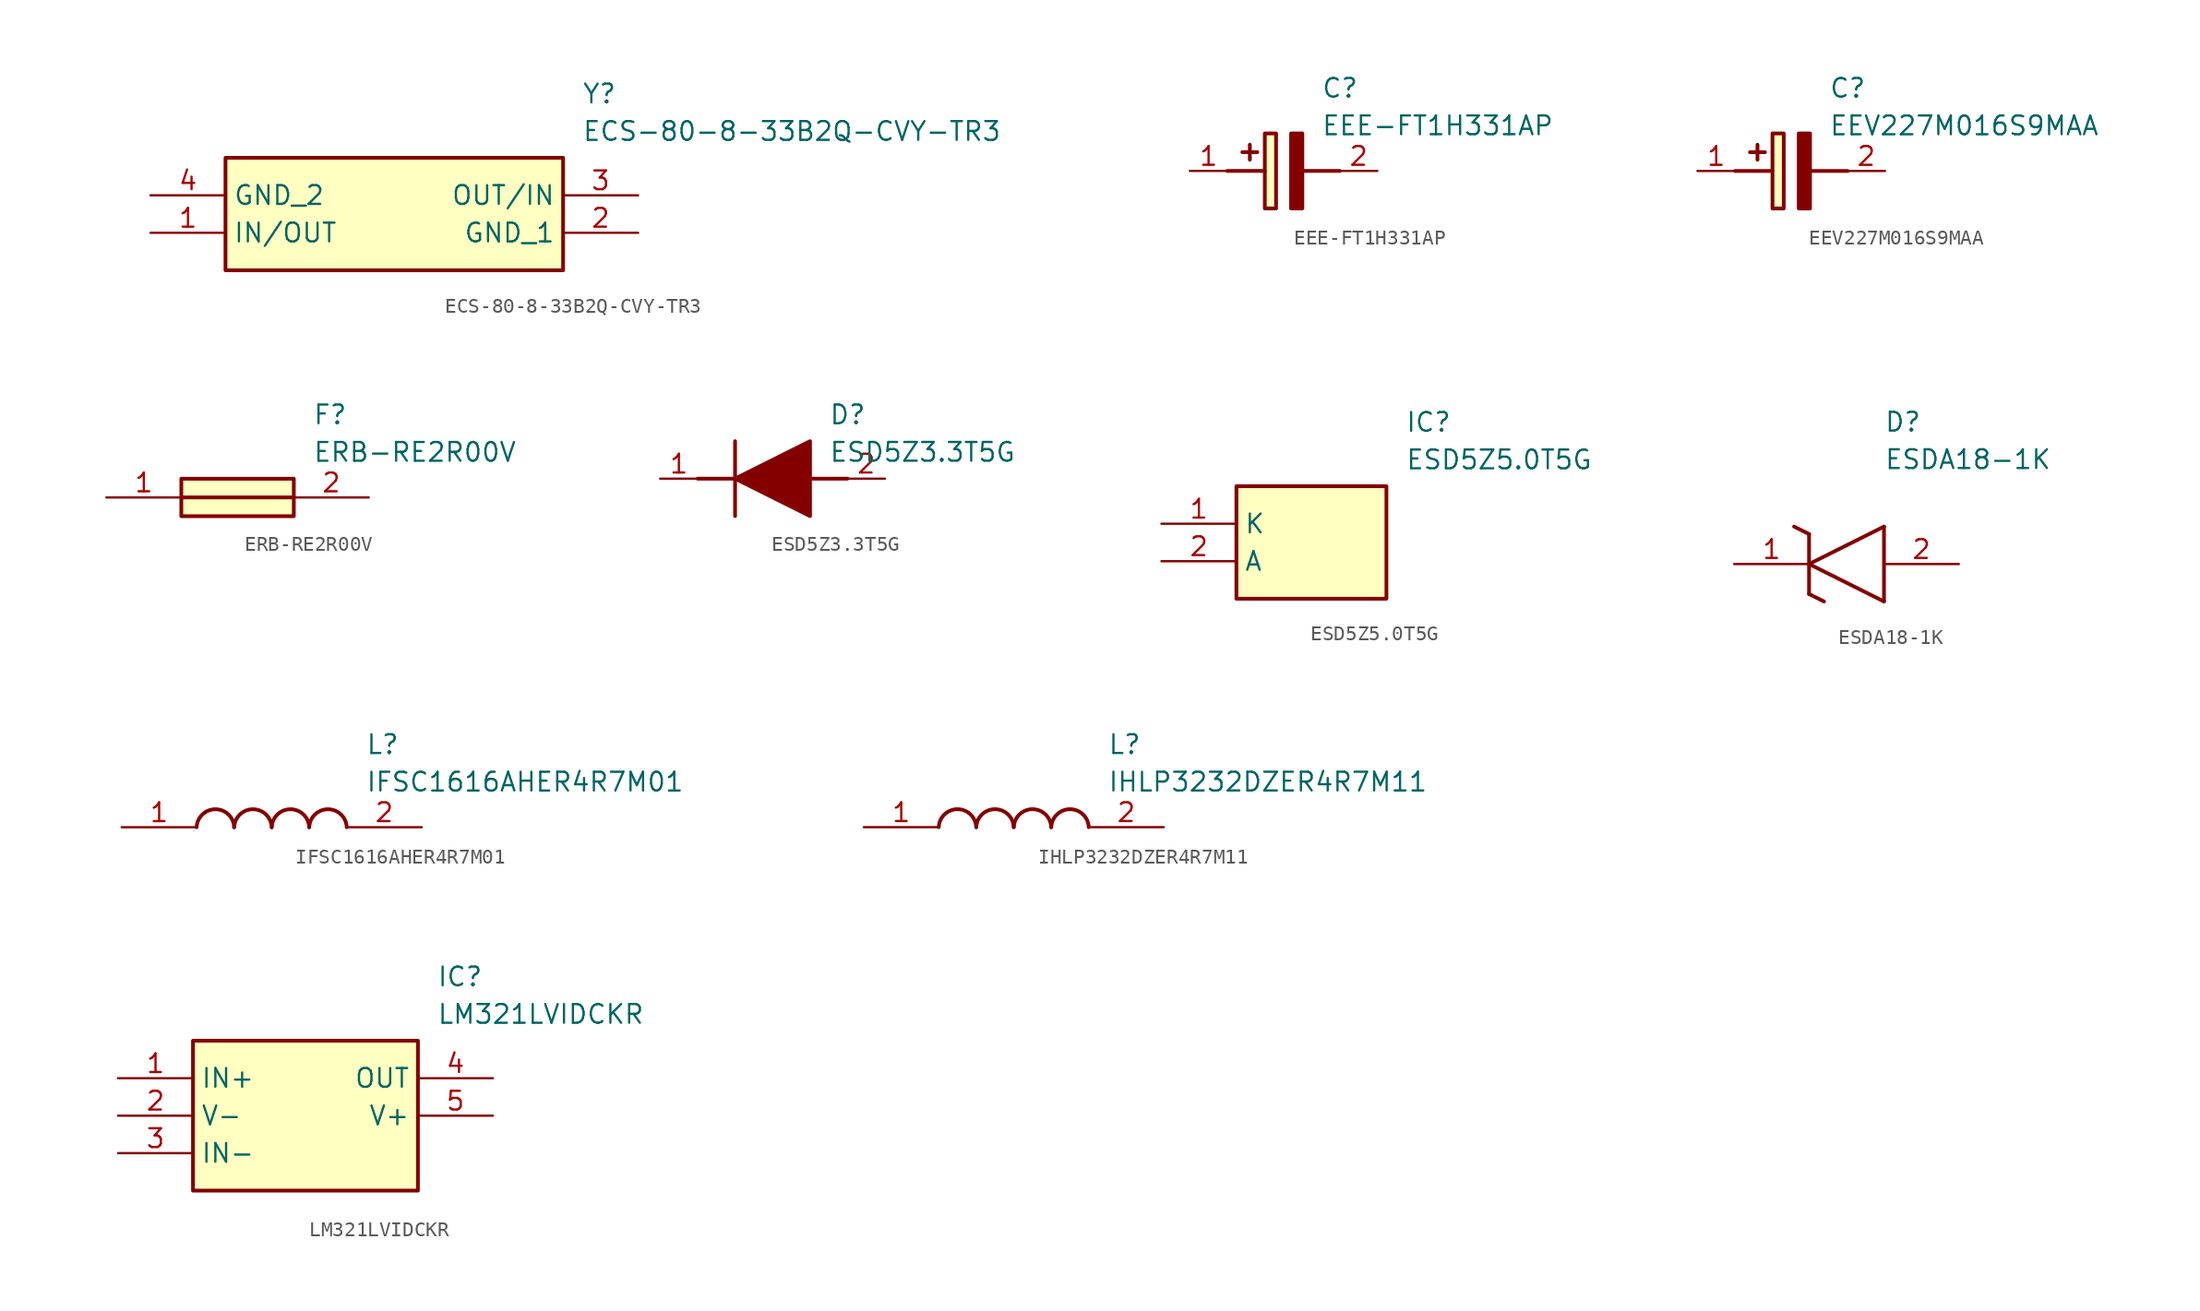
<source format=kicad_sym>
(kicad_symbol_lib
  (version 20231120)
  (generator "kicad_symbol_editor")
  (generator_version "8.0")
  (symbol "ECS-80-8-33B2Q-CVY-TR3"
    (property "Reference" "Y"
      (at 29.21 7.62 0)
      (effects (font (size 1.27 1.27)) (justify left top)))
    (property "Value" "ECS-80-8-33B2Q-CVY-TR3"
      (at 29.21 5.08 0)
      (effects (font (size 1.27 1.27)) (justify left top)))
    (rectangle
      (start 5.08 2.54)
      (end 27.94 -5.08)
      (stroke (width 0.254) (type default))
      (fill (type background)))
    (pin passive line
      (at 0 -2.54 0)
      (length 5.08)
      (name "IN/OUT" (effects (font (size 1.27 1.27))))
      (number "1" (effects (font (size 1.27 1.27)))))
    (pin passive line
      (at 33.02 -2.54 180)
      (length 5.08)
      (name "GND_1" (effects (font (size 1.27 1.27))))
      (number "2" (effects (font (size 1.27 1.27)))))
    (pin passive line
      (at 33.02 0 180)
      (length 5.08)
      (name "OUT/IN" (effects (font (size 1.27 1.27))))
      (number "3" (effects (font (size 1.27 1.27)))))
    (pin passive line
      (at 0 0 0)
      (length 5.08)
      (name "GND_2" (effects (font (size 1.27 1.27))))
      (number "4" (effects (font (size 1.27 1.27))))))
  (symbol "EEE-FT1H331AP"
    (pin_names hide)
    (property "Reference" "C"
      (at 8.89 6.35 0)
      (effects (font (size 1.27 1.27)) (justify left top)))
    (property "Value" "EEE-FT1H331AP"
      (at 8.89 3.81 0)
      (effects (font (size 1.27 1.27)) (justify left top)))
    (rectangle
      (start 5.08 2.54)
      (end 5.842 -2.54)
      (stroke (width 0.254) (type default))
      (fill (type background)))
    (polyline
      (pts (xy 4.572 1.27) (xy 3.556 1.27))
      (stroke (width 0.254) (type default))
      (fill (type none)))
    (polyline
      (pts (xy 4.064 1.778) (xy 4.064 0.762))
      (stroke (width 0.254) (type default))
      (fill (type none)))
    (polyline
      (pts (xy 2.54 0) (xy 5.08 0))
      (stroke (width 0.254) (type default))
      (fill (type none)))
    (polyline
      (pts (xy 7.62 0) (xy 10.16 0))
      (stroke (width 0.254) (type default))
      (fill (type none)))
    (polyline
      (pts (xy 7.62 2.54) (xy 7.62 -2.54) (xy 6.858 -2.54) (xy 6.858 2.54) (xy 7.62 2.54))
      (stroke (width 0.254) (type default))
      (fill (type outline)))
    (pin passive line
      (at 0 0 0)
      (length 2.54)
      (name "+" (effects (font (size 1.27 1.27))))
      (number "1" (effects (font (size 1.27 1.27)))))
    (pin passive line
      (at 12.7 0 180)
      (length 2.54)
      (name "-" (effects (font (size 1.27 1.27))))
      (number "2" (effects (font (size 1.27 1.27))))))
  (symbol "EEV227M016S9MAA"
    (pin_names hide)
    (property "Reference" "C"
      (at 8.89 6.35 0)
      (effects (font (size 1.27 1.27)) (justify left top)))
    (property "Value" "EEV227M016S9MAA"
      (at 8.89 3.81 0)
      (effects (font (size 1.27 1.27)) (justify left top)))
    (symbol "EEV227M016S9MAA_1_1"
      (polyline (pts (xy 2.54 0) (xy 5.08 0)) (stroke (width 0.254) (type default)) (fill (type none)))
      (polyline (pts (xy 4.064 1.778) (xy 4.064 0.762)) (stroke (width 0.254) (type default)) (fill (type none)))
      (polyline (pts (xy 4.572 1.27) (xy 3.556 1.27)) (stroke (width 0.254) (type default)) (fill (type none)))
      (polyline (pts (xy 7.62 0) (xy 10.16 0)) (stroke (width 0.254) (type default)) (fill (type none)))
      (polyline (pts (xy 7.62 2.54) (xy 7.62 -2.54) (xy 6.858 -2.54) (xy 6.858 2.54) (xy 7.62 2.54)) (stroke (width 0.254) (type default)) (fill (type outline)))
      (rectangle (start 5.08 2.54) (end 5.842 -2.54) (stroke (width 0.254) (type default)) (fill (type background)))
      (pin passive line (at 0 0 0) (length 2.54) (name "+" (effects (font (size 1.27 1.27)))) (number "1" (effects (font (size 1.27 1.27)))))
      (pin passive line (at 12.7 0 180) (length 2.54) (name "-" (effects (font (size 1.27 1.27)))) (number "2" (effects (font (size 1.27 1.27)))))))
  (symbol "ERB-RE2R00V"
    (pin_names hide)
    (property "Reference" "F"
      (at 13.97 6.35 0)
      (effects (font (size 1.27 1.27)) (justify left top)))
    (property "Value" "ERB-RE2R00V"
      (at 13.97 3.81 0)
      (effects (font (size 1.27 1.27)) (justify left top)))
    (symbol "ERB-RE2R00V_1_1"
      (polyline (pts (xy 5.08 0) (xy 12.7 0)) (stroke (width 0.254) (type default)) (fill (type none)))
      (rectangle (start 5.08 1.27) (end 12.7 -1.27) (stroke (width 0.254) (type default)) (fill (type background)))
      (pin passive line (at 0 0 0) (length 5.08) (name "1" (effects (font (size 1.27 1.27)))) (number "1" (effects (font (size 1.27 1.27)))))
      (pin passive line (at 17.78 0 180) (length 5.08) (name "2" (effects (font (size 1.27 1.27)))) (number "2" (effects (font (size 1.27 1.27)))))))
  (symbol "ESD5Z3.3T5G"
    (pin_names hide)
    (property "Reference" "D"
      (at 11.43 5.08 0)
      (effects (font (size 1.27 1.27)) (justify left top)))
    (property "Value" "ESD5Z3.3T5G"
      (at 11.43 2.54 0)
      (effects (font (size 1.27 1.27)) (justify left top)))
    (symbol "ESD5Z3.3T5G_1_1"
      (polyline (pts (xy 2.54 0) (xy 5.08 0)) (stroke (width 0.254) (type default)) (fill (type none)))
      (polyline (pts (xy 5.08 2.54) (xy 5.08 -2.54)) (stroke (width 0.254) (type default)) (fill (type none)))
      (polyline (pts (xy 10.16 0) (xy 12.7 0)) (stroke (width 0.254) (type default)) (fill (type none)))
      (polyline (pts (xy 5.08 0) (xy 10.16 2.54) (xy 10.16 -2.54) (xy 5.08 0)) (stroke (width 0.254) (type default)) (fill (type outline)))
      (pin passive line (at 0 0 0) (length 2.54) (name "K" (effects (font (size 1.27 1.27)))) (number "1" (effects (font (size 1.27 1.27)))))
      (pin passive line (at 15.24 0 180) (length 2.54) (name "A" (effects (font (size 1.27 1.27)))) (number "2" (effects (font (size 1.27 1.27)))))))
  (symbol "ESD5Z5.0T5G"
    (property "Reference" "IC"
      (at 16.51 7.62 0)
      (effects (font (size 1.27 1.27)) (justify left top)))
    (property "Value" "ESD5Z5.0T5G"
      (at 16.51 5.08 0)
      (effects (font (size 1.27 1.27)) (justify left top)))
    (rectangle
      (start 5.08 2.54)
      (end 15.24 -5.08)
      (stroke (width 0.254) (type default))
      (fill (type background)))
    (pin passive line
      (at 0 0 0)
      (length 5.08)
      (name "K" (effects (font (size 1.27 1.27))))
      (number "1" (effects (font (size 1.27 1.27)))))
    (pin passive line
      (at 0 -2.54 0)
      (length 5.08)
      (name "A" (effects (font (size 1.27 1.27))))
      (number "2" (effects (font (size 1.27 1.27))))))
  (symbol "ESDA18-1K"
    (pin_names hide)
    (property "Reference" "D"
      (at 10.16 8.89 0)
      (effects (font (size 1.27 1.27)) (justify left bottom)))
    (property "Value" "ESDA18-1K"
      (at 10.16 6.35 0)
      (effects (font (size 1.27 1.27)) (justify left bottom)))
    (symbol "ESDA18-1K_1_1"
      (polyline (pts (xy 4.064 2.54) (xy 5.08 2.032)) (stroke (width 0.254) (type default)) (fill (type none)))
      (polyline (pts (xy 5.08 -2.032) (xy 5.08 2.032)) (stroke (width 0.254) (type default)) (fill (type none)))
      (polyline (pts (xy 5.08 -2.032) (xy 6.096 -2.54)) (stroke (width 0.254) (type default)) (fill (type none)))
      (polyline (pts (xy 5.08 0) (xy 10.16 2.54)) (stroke (width 0.254) (type default)) (fill (type none)))
      (polyline (pts (xy 10.16 -2.54) (xy 5.08 0)) (stroke (width 0.254) (type default)) (fill (type none)))
      (polyline (pts (xy 10.16 -2.54) (xy 10.16 2.54)) (stroke (width 0.254) (type default)) (fill (type none)))
      (pin passive line (at 0 0 0) (length 5.08) (name "K" (effects (font (size 1.27 1.27)))) (number "1" (effects (font (size 1.27 1.27)))))
      (pin passive line (at 15.24 0 180) (length 5.08) (name "A" (effects (font (size 1.27 1.27)))) (number "2" (effects (font (size 1.27 1.27)))))))
  (symbol "IFSC1616AHER4R7M01"
    (pin_names hide)
    (property "Reference" "L"
      (at 16.51 6.35 0)
      (effects (font (size 1.27 1.27)) (justify left top)))
    (property "Value" "IFSC1616AHER4R7M01"
      (at 16.51 3.81 0)
      (effects (font (size 1.27 1.27)) (justify left top)))
    (arc
      (start 7.62 0)
      (mid 6.35 1.219)
      (end 5.08 0)
      (stroke (width 0.254) (type default))
      (fill (type none)))
    (arc
      (start 10.16 0)
      (mid 8.89 1.219)
      (end 7.62 0)
      (stroke (width 0.254) (type default))
      (fill (type none)))
    (arc
      (start 12.7 0)
      (mid 11.43 1.219)
      (end 10.16 0)
      (stroke (width 0.254) (type default))
      (fill (type none)))
    (arc
      (start 15.24 0)
      (mid 13.97 1.219)
      (end 12.7 0)
      (stroke (width 0.254) (type default))
      (fill (type none)))
    (pin passive line
      (at 0 0 0)
      (length 5.08)
      (name "1" (effects (font (size 1.27 1.27))))
      (number "1" (effects (font (size 1.27 1.27)))))
    (pin passive line
      (at 20.32 0 180)
      (length 5.08)
      (name "2" (effects (font (size 1.27 1.27))))
      (number "2" (effects (font (size 1.27 1.27))))))
  (symbol "IHLP3232DZER4R7M11"
    (pin_names hide)
    (property "Reference" "L"
      (at 16.51 6.35 0)
      (effects (font (size 1.27 1.27)) (justify left top)))
    (property "Value" "IHLP3232DZER4R7M11"
      (at 16.51 3.81 0)
      (effects (font (size 1.27 1.27)) (justify left top)))
    (arc
      (start 7.62 0)
      (mid 6.35 1.219)
      (end 5.08 0)
      (stroke (width 0.254) (type default))
      (fill (type none)))
    (arc
      (start 10.16 0)
      (mid 8.89 1.219)
      (end 7.62 0)
      (stroke (width 0.254) (type default))
      (fill (type none)))
    (arc
      (start 12.7 0)
      (mid 11.43 1.219)
      (end 10.16 0)
      (stroke (width 0.254) (type default))
      (fill (type none)))
    (arc
      (start 15.24 0)
      (mid 13.97 1.219)
      (end 12.7 0)
      (stroke (width 0.254) (type default))
      (fill (type none)))
    (pin passive line
      (at 0 0 0)
      (length 5.08)
      (name "1" (effects (font (size 1.27 1.27))))
      (number "1" (effects (font (size 1.27 1.27)))))
    (pin passive line
      (at 20.32 0 180)
      (length 5.08)
      (name "2" (effects (font (size 1.27 1.27))))
      (number "2" (effects (font (size 1.27 1.27))))))
  (symbol "LM321LVIDCKR"
    (property "Reference" "IC"
      (at 21.59 7.62 0)
      (effects (font (size 1.27 1.27)) (justify left top)))
    (property "Value" "LM321LVIDCKR"
      (at 21.59 5.08 0)
      (effects (font (size 1.27 1.27)) (justify left top)))
    (rectangle
      (start 5.08 2.54)
      (end 20.32 -7.62)
      (stroke (width 0.254) (type default))
      (fill (type background)))
    (pin input line
      (at 0 0 0)
      (length 5.08)
      (name "IN+" (effects (font (size 1.27 1.27))))
      (number "1" (effects (font (size 1.27 1.27)))))
    (pin input line
      (at 0 -2.54 0)
      (length 5.08)
      (name "V-" (effects (font (size 1.27 1.27))))
      (number "2" (effects (font (size 1.27 1.27)))))
    (pin input line
      (at 0 -5.08 0)
      (length 5.08)
      (name "IN-" (effects (font (size 1.27 1.27))))
      (number "3" (effects (font (size 1.27 1.27)))))
    (pin output line
      (at 25.4 0 180)
      (length 5.08)
      (name "OUT" (effects (font (size 1.27 1.27))))
      (number "4" (effects (font (size 1.27 1.27)))))
    (pin input line
      (at 25.4 -2.54 180)
      (length 5.08)
      (name "V+" (effects (font (size 1.27 1.27))))
      (number "5" (effects (font (size 1.27 1.27)))))))
</source>
